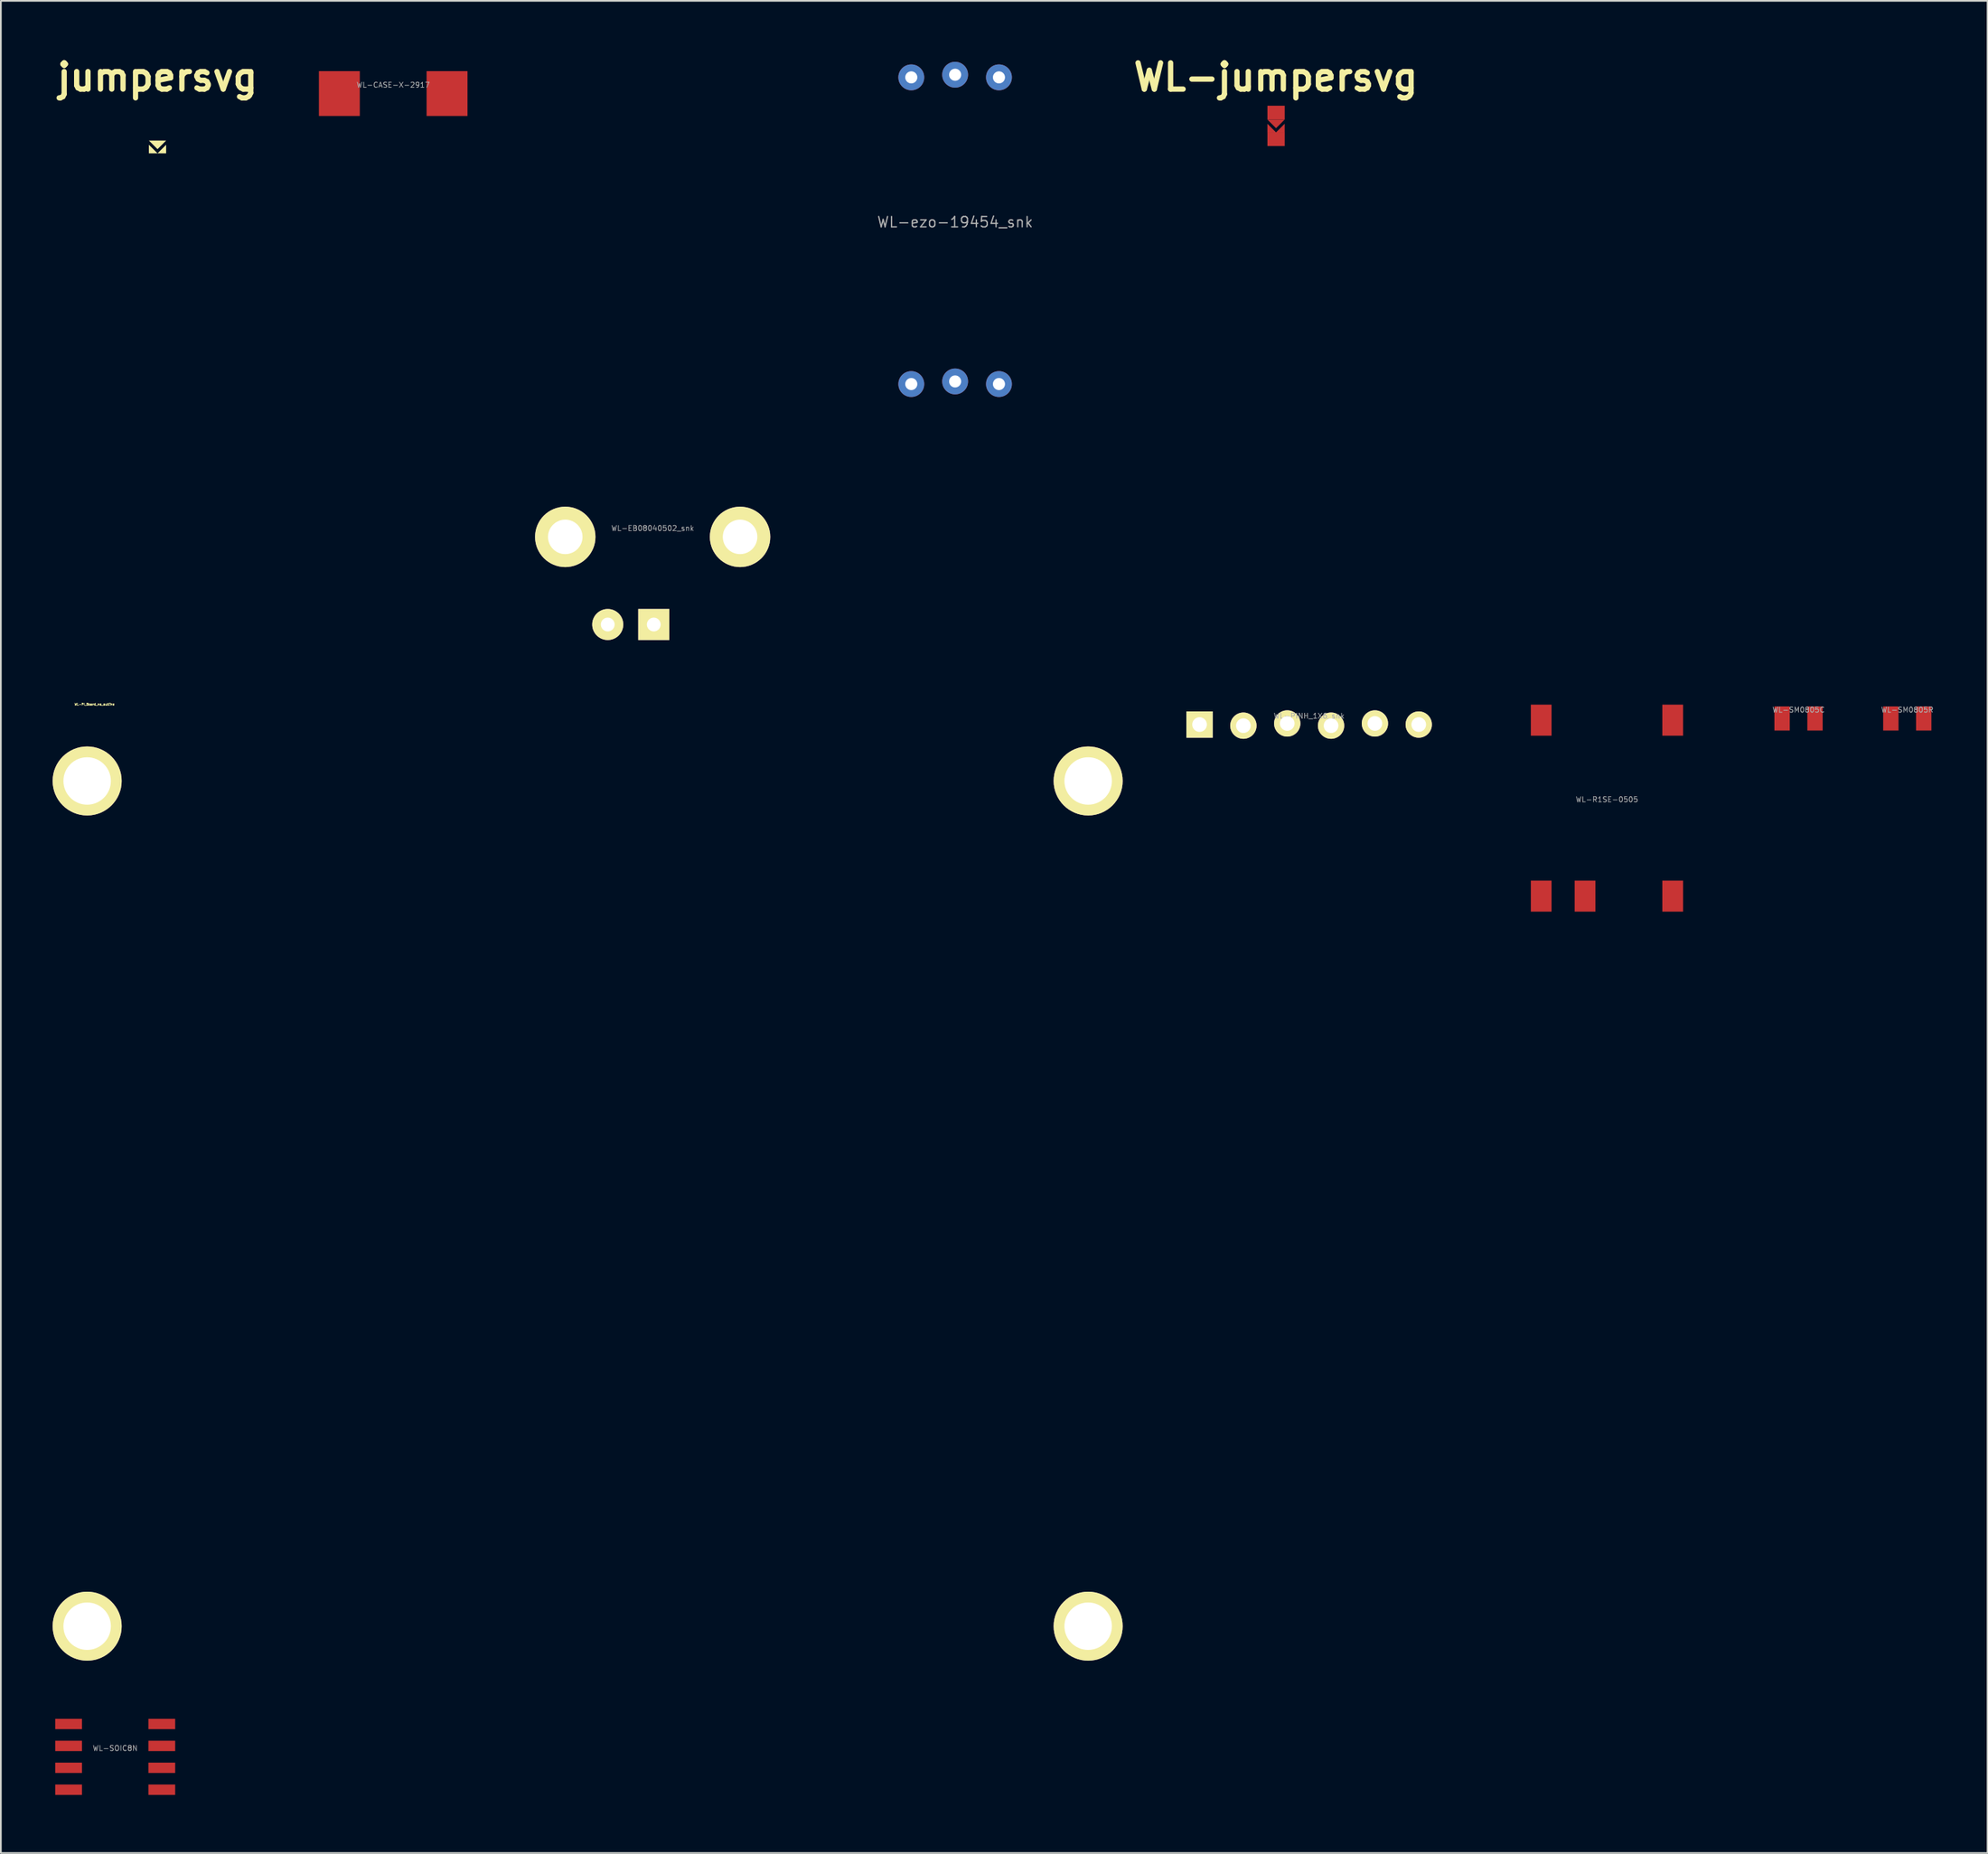
<source format=kicad_pcb>
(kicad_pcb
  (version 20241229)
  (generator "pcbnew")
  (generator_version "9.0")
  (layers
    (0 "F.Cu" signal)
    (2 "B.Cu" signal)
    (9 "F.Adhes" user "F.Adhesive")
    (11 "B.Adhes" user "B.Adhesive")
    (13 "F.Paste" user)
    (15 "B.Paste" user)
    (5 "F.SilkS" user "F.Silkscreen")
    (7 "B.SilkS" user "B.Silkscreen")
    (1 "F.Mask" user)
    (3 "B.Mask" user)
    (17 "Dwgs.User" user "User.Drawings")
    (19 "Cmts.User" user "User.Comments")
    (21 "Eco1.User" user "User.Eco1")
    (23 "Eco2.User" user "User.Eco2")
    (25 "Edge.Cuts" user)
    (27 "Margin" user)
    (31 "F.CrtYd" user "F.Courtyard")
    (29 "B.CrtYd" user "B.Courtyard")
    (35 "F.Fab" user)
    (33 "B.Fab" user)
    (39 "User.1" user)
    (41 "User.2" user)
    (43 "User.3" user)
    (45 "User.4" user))
  (footprint "WL-EB08040502_snk"
    (layer "F.Cu")
    (at 34.767 28.075)
    (property "Reference" "WL-EB08040502_snk" (at 0 -0.5 0) (layer "F.Fab") (effects (font (size 0.3 0.3) (thickness 0.04))))
    (attr through_hole)
    (fp_line (start -7.375 6.5) (end -7.375 -7) (stroke (width 0.15) (type solid)) (layer "Eco2.User"))
    (fp_line (start -6.5 -28) (end 6.5 -28) (stroke (width 0.15) (type solid)) (layer "Eco2.User"))
    (fp_line (start -6.5 -7) (end -6.5 -28) (stroke (width 0.15) (type solid)) (layer "Eco2.User"))
    (fp_line (start 6.5 -28) (end 6.5 -7) (stroke (width 0.15) (type solid)) (layer "Eco2.User"))
    (fp_line (start 7.375 -7) (end -7.375 -7) (stroke (width 0.15) (type solid)) (layer "Eco2.User"))
    (fp_line (start 7.375 -7) (end 7.375 6.5) (stroke (width 0.15) (type solid)) (layer "Eco2.User"))
    (fp_line (start 7.375 6.5) (end -7.375 6.5) (stroke (width 0.15) (type solid)) (layer "Eco2.User"))
    (pad "" thru_hole circle (at -5.064 0) (size 3.5 3.5) (drill 2) (layers "*.Cu" "*.Mask" "F.SilkS"))
    (pad "" thru_hole circle (at 5.064 0) (size 3.5 3.5) (drill 2) (layers "*.Cu" "*.Mask" "F.SilkS"))
    (pad "1" thru_hole rect (at 0.064 5.08) (size 1.8 1.8) (drill 0.8) (layers "*.Cu" "*.Mask" "F.SilkS"))
    (pad "2" thru_hole circle (at -2.603 5.08) (size 1.8 1.8) (drill 0.8) (layers "*.Cu" "*.Mask" "F.SilkS")))
  (footprint "WL-jumpersvg"
    (layer "F.Cu")
    (at 70.883 4.509)
    (property "Reference" "WL-jumpersvg" (at -0.01 -3.082 0) (layer "F.SilkS") (effects (font (size 1.524 1.524) (thickness 0.305))))
    (attr smd)
    (fp_poly (pts (xy 0.003 0.115) (xy -0.497 0.116) (xy -0.497 -0.384) (xy 0.003 0.115)) (stroke (width 0) (type solid)) (fill yes) (layer "F.Cu"))
    (fp_poly (pts (xy 0.003 0.115) (xy 0.503 0.116) (xy 0.503 -0.384) (xy 0.003 0.115)) (stroke (width 0) (type solid)) (fill yes) (layer "F.Cu"))
    (fp_poly (pts (xy 0.003 -0.127) (xy -0.497 -0.627) (xy 0.503 -0.627) (xy 0.003 -0.127)) (stroke (width 0) (type solid)) (fill yes) (layer "F.Cu"))
    (pad "1" smd rect (at 0.005 -1.029) (size 1 0.8) (layers "F.Cu" "F.Mask" "F.Paste"))
    (pad "2" smd rect (at 0.005 0.508) (size 1 0.8) (layers "F.Cu" "F.Mask" "F.Paste")))
  (footprint "WL-R1SE-0505"
    (layer "F.Cu")
    (at 90.06 43.8)
    (property "Reference" "WL-R1SE-0505" (at 0 -0.5 0) (layer "F.Fab") (effects (font (size 0.3 0.3) (thickness 0.04))))
    (attr smd)
    (fp_line (start -6.375 -6.075) (end 6.375 -6.075) (stroke (width 0.15) (type solid)) (layer "Eco1.User"))
    (fp_line (start -6.375 6.075) (end -6.375 -6.075) (stroke (width 0.15) (type solid)) (layer "Eco1.User"))
    (fp_line (start -5.2 3.6) (end -5.2 6.075) (stroke (width 0.15) (type solid)) (layer "Eco1.User"))
    (fp_line (start -2.6 3.6) (end -5.2 3.6) (stroke (width 0.15) (type solid)) (layer "Eco1.User"))
    (fp_line (start -2.6 6.075) (end -2.6 3.6) (stroke (width 0.15) (type solid)) (layer "Eco1.User"))
    (fp_line (start 6.375 -6.075) (end 6.375 6.075) (stroke (width 0.15) (type solid)) (layer "Eco1.User"))
    (fp_line (start 6.375 6.075) (end -6.375 6.075) (stroke (width 0.15) (type solid)) (layer "Eco1.User"))
    (pad "1" smd rect (at -3.81 5.1) (size 1.2 1.8) (layers "F.Cu" "F.Mask" "F.Paste"))
    (pad "2" smd rect (at -1.27 5.1) (size 1.2 1.8) (layers "F.Cu" "F.Mask" "F.Paste"))
    (pad "4" smd rect (at 3.81 5.1) (size 1.2 1.8) (layers "F.Cu" "F.Mask" "F.Paste"))
    (pad "5" smd rect (at 3.81 -5.1) (size 1.2 1.8) (layers "F.Cu" "F.Mask" "F.Paste"))
    (pad "8" smd rect (at -3.81 -5.1) (size 1.2 1.8) (layers "F.Cu" "F.Mask" "F.Paste")))
  (footprint "WL-SOIC8N"
    (layer "F.Cu")
    (at 3.625 98.8)
    (property "Reference" "WL-SOIC8N" (at 0 -0.5 0) (layer "F.Fab") (effects (font (size 0.3 0.3) (thickness 0.04))))
    (attr smd)
    (fp_line (start -3.55 -2.5) (end 3.55 -2.5) (stroke (width 0.15) (type solid)) (layer "Eco1.User"))
    (fp_line (start -3.55 -1.25) (end -1.5 -1.25) (stroke (width 0.15) (type solid)) (layer "Eco1.User"))
    (fp_line (start -3.55 2.5) (end -3.55 -2.5) (stroke (width 0.15) (type solid)) (layer "Eco1.User"))
    (fp_line (start -1.5 -1.25) (end -1.5 -2.5) (stroke (width 0.15) (type solid)) (layer "Eco1.User"))
    (fp_line (start 3.55 -2.5) (end 3.55 2.5) (stroke (width 0.15) (type solid)) (layer "Eco1.User"))
    (fp_line (start 3.55 2.5) (end -3.55 2.5) (stroke (width 0.15) (type solid)) (layer "Eco1.User"))
    (pad "1" smd rect (at -2.7 -1.905) (size 1.55 0.6) (layers "F.Cu" "F.Mask" "F.Paste"))
    (pad "2" smd rect (at -2.7 -0.635) (size 1.55 0.6) (layers "F.Cu" "F.Mask" "F.Paste"))
    (pad "3" smd rect (at -2.7 0.635) (size 1.55 0.6) (layers "F.Cu" "F.Mask" "F.Paste"))
    (pad "4" smd rect (at -2.7 1.905) (size 1.55 0.6) (layers "F.Cu" "F.Mask" "F.Paste"))
    (pad "5" smd rect (at 2.7 1.905) (size 1.55 0.6) (layers "F.Cu" "F.Mask" "F.Paste"))
    (pad "6" smd rect (at 2.7 0.635) (size 1.55 0.6) (layers "F.Cu" "F.Mask" "F.Paste"))
    (pad "7" smd rect (at 2.7 -0.635) (size 1.55 0.6) (layers "F.Cu" "F.Mask" "F.Paste"))
    (pad "8" smd rect (at 2.7 -1.905) (size 1.55 0.6) (layers "F.Cu" "F.Mask" "F.Paste")))
  (footprint "WL-SM0805R"
    (layer "F.Cu")
    (at 107.463 38.602)
    (property "Reference" "WL-SM0805R" (at 0 -0.5 0) (layer "F.Fab") (effects (font (size 0.3 0.3) (thickness 0.04))))
    (attr smd)
    (fp_line (start -1.587 -0.889) (end 1.587 -0.889) (stroke (width 0.127) (type solid)) (layer "Eco1.User"))
    (fp_line (start -1.587 0.889) (end -1.587 -0.889) (stroke (width 0.127) (type solid)) (layer "Eco1.User"))
    (fp_line (start 1.587 -0.889) (end 1.587 0.889) (stroke (width 0.127) (type solid)) (layer "Eco1.User"))
    (fp_line (start 1.587 0.889) (end -1.587 0.889) (stroke (width 0.127) (type solid)) (layer "Eco1.User"))
    (pad "1" smd rect (at -0.953 0) (size 0.889 1.397) (layers "F.Cu" "F.Mask" "F.Paste"))
    (pad "2" smd rect (at 0.953 0) (size 0.889 1.397) (layers "F.Cu" "F.Mask" "F.Paste")))
  (footprint "jumpersvg"
    (layer "F.Cu")
    (at 6.074 5.725)
    (property "Reference" "jumpersvg" (at 0 -4.299 0) (layer "F.SilkS") (effects (font (size 1.524 1.524) (thickness 0.305))))
    (attr smd)
    (fp_poly (pts (xy 0.003 0.115) (xy -0.497 0.116) (xy -0.497 -0.384) (xy 0.003 0.115)) (stroke (width 0) (type solid)) (fill yes) (layer "F.SilkS"))
    (fp_poly (pts (xy 0.003 0.115) (xy 0.503 0.116) (xy 0.503 -0.384) (xy 0.003 0.115)) (stroke (width 0) (type solid)) (fill yes) (layer "F.SilkS"))
    (fp_poly (pts (xy 0.003 -0.127) (xy -0.497 -0.627) (xy 0.503 -0.627) (xy 0.003 -0.127)) (stroke (width 0) (type solid)) (fill yes) (layer "F.SilkS")))
  (footprint "WL-SM0805C"
    (layer "F.Cu")
    (at 101.161 38.602)
    (property "Reference" "WL-SM0805C" (at 0 -0.5 0) (layer "F.Fab") (effects (font (size 0.3 0.3) (thickness 0.04))))
    (attr smd)
    (fp_line (start -1.587 -0.889) (end 1.587 -0.889) (stroke (width 0.127) (type solid)) (layer "Eco1.User"))
    (fp_line (start -1.587 0.889) (end -1.587 -0.889) (stroke (width 0.127) (type solid)) (layer "Eco1.User"))
    (fp_line (start 1.587 -0.889) (end 1.587 0.889) (stroke (width 0.127) (type solid)) (layer "Eco1.User"))
    (fp_line (start 1.587 0.889) (end -1.587 0.889) (stroke (width 0.127) (type solid)) (layer "Eco1.User"))
    (pad "1" smd rect (at -0.953 0) (size 0.889 1.397) (layers "F.Cu" "F.Mask" "F.Paste"))
    (pad "2" smd rect (at 0.953 0) (size 0.889 1.397) (layers "F.Cu" "F.Mask" "F.Paste")))
  (footprint "WL-ezo-19454_snk"
    (layer "F.Cu")
    (at 52.292 10.325)
    (property "Reference" "WL-ezo-19454_snk" (at 0 -0.5 0) (layer "F.Fab") (effects (font (size 0.6 0.6) (thickness 0.075))))
    (attr through_hole)
    (fp_line (start -7 -10.25) (end 7 -10.25) (stroke (width 0.15) (type solid)) (layer "Eco2.User"))
    (fp_line (start -7 10.25) (end -7 -10.25) (stroke (width 0.15) (type solid)) (layer "Eco2.User"))
    (fp_line (start -3.81 -10.16) (end -3.81 -7.62) (stroke (width 0.15) (type solid)) (layer "Eco2.User"))
    (fp_line (start -3.81 -10.16) (end 3.81 -10.16) (stroke (width 0.15) (type solid)) (layer "Eco2.User"))
    (fp_line (start -3.81 -7.62) (end 3.81 -7.62) (stroke (width 0.15) (type solid)) (layer "Eco2.User"))
    (fp_line (start -3.81 7.62) (end -3.81 10.16) (stroke (width 0.15) (type solid)) (layer "Eco2.User"))
    (fp_line (start -3.81 7.62) (end 3.81 7.62) (stroke (width 0.15) (type solid)) (layer "Eco2.User"))
    (fp_line (start -3.81 10.16) (end 3.81 10.16) (stroke (width 0.15) (type solid)) (layer "Eco2.User"))
    (fp_line (start 3.81 -10.16) (end 3.81 -7.62) (stroke (width 0.15) (type solid)) (layer "Eco2.User"))
    (fp_line (start 3.81 7.62) (end 3.81 10.16) (stroke (width 0.15) (type solid)) (layer "Eco2.User"))
    (fp_line (start 7 -10.25) (end 7 10.25) (stroke (width 0.15) (type solid)) (layer "Eco2.User"))
    (fp_line (start 7 10.25) (end -7 10.25) (stroke (width 0.15) (type solid)) (layer "Eco2.User"))
    (pad "1" thru_hole circle (at -2.54 -8.89) (size 1.5 1.5) (drill 0.7) (layers "*.Cu" "*.Mask"))
    (pad "2" thru_hole circle (at 0 -9.042) (size 1.5 1.5) (drill 0.7) (layers "*.Cu" "*.Mask"))
    (pad "3" thru_hole circle (at 2.54 -8.89) (size 1.5 1.5) (drill 0.7) (layers "*.Cu" "*.Mask"))
    (pad "4" thru_hole circle (at -2.54 8.89) (size 1.5 1.5) (drill 0.7) (layers "*.Cu" "*.Mask"))
    (pad "5" thru_hole circle (at 0 8.738) (size 1.5 1.5) (drill 0.7) (layers "*.Cu" "*.Mask"))
    (pad "6" thru_hole circle (at 2.54 8.89) (size 1.5 1.5) (drill 0.7) (layers "*.Cu" "*.Mask")))
  (footprint "WL-PI_Board_no_outline"
    (layer "F.Cu")
    (at 31 42.225)
    (property "Reference" "WL-PI_Board_no_outline" (at -28.575 -4.445 0) (layer "F.SilkS") (effects (font (size 0.127 0.127) (thickness 0.032))))
    (attr through_hole)
    (pad "" thru_hole circle (at -29 0) (size 4 4) (drill 2.75) (layers "*.Cu" "*.Mask" "F.SilkS"))
    (pad "" thru_hole circle (at -29 49) (size 4 4) (drill 2.75) (layers "*.Cu" "*.Mask" "F.SilkS"))
    (pad "" thru_hole circle (at 29 0) (size 4 4) (drill 2.75) (layers "*.Cu" "*.Mask" "F.SilkS"))
    (pad "" thru_hole circle (at 29 49) (size 4 4) (drill 2.75) (layers "*.Cu" "*.Mask" "F.SilkS")))
  (footprint "WL-PINH_1X6_snk"
    (layer "F.Cu")
    (at 72.805 38.955)
    (property "Reference" "WL-PINH_1X6_snk" (at 0 -0.5 0) (layer "F.Fab") (effects (font (size 0.3 0.3) (thickness 0.04))))
    (attr smd)
    (fp_line (start -7.73 -1.23) (end 7.73 -1.23) (stroke (width 0.15) (type solid)) (layer "Eco2.User"))
    (fp_line (start -7.73 1.23) (end -7.73 -1.23) (stroke (width 0.15) (type solid)) (layer "Eco2.User"))
    (fp_line (start 7.73 -1.23) (end 7.73 1.23) (stroke (width 0.15) (type solid)) (layer "Eco2.User"))
    (fp_line (start 7.73 1.23) (end -7.73 1.23) (stroke (width 0.15) (type solid)) (layer "Eco2.User"))
    (pad "1" thru_hole rect (at -6.35 0) (size 1.524 1.524) (drill 0.85) (layers "*.Cu" "*.Mask" "F.SilkS"))
    (pad "2" thru_hole circle (at -3.81 0.064) (size 1.524 1.524) (drill 0.85) (layers "*.Cu" "*.Mask" "F.SilkS"))
    (pad "3" thru_hole circle (at -1.27 -0.064) (size 1.524 1.524) (drill 0.85) (layers "*.Cu" "*.Mask" "F.SilkS"))
    (pad "4" thru_hole circle (at 1.27 0.064) (size 1.524 1.524) (drill 0.85) (layers "*.Cu" "*.Mask" "F.SilkS"))
    (pad "5" thru_hole circle (at 3.81 -0.064) (size 1.524 1.524) (drill 0.85) (layers "*.Cu" "*.Mask" "F.SilkS"))
    (pad "6" thru_hole circle (at 6.35 0) (size 1.524 1.524) (drill 0.85) (layers "*.Cu" "*.Mask" "F.SilkS")))
  (footprint "WL-CASE-X-2917"
    (layer "F.Cu")
    (at 19.733 2.375)
    (property "Reference" "WL-CASE-X-2917" (at 0 -0.5 0) (layer "F.Fab") (effects (font (size 0.3 0.3) (thickness 0.04))))
    (attr smd)
    (fp_line (start -4.51 -2.3) (end -4.51 2.3) (stroke (width 0.15) (type solid)) (layer "Eco1.User"))
    (fp_line (start -4.51 2.3) (end 4.51 2.3) (stroke (width 0.15) (type solid)) (layer "Eco1.User"))
    (fp_line (start -3.4 -2.3) (end -3.4 2.3) (stroke (width 0.15) (type solid)) (layer "Eco1.User"))
    (fp_line (start 4.51 -2.3) (end -4.51 -2.3) (stroke (width 0.15) (type solid)) (layer "Eco1.User"))
    (fp_line (start 4.51 2.3) (end 4.51 -2.3) (stroke (width 0.15) (type solid)) (layer "Eco1.User"))
    (pad "1" smd rect (at -3.12 0) (size 2.37 2.6) (layers "F.Cu" "F.Mask" "F.Paste"))
    (pad "2" smd rect (at 3.12 0) (size 2.37 2.6) (layers "F.Cu" "F.Mask" "F.Paste")))
  (gr_rect
    (start -3 -3)
    (end 112.114 104.375)
    (stroke (width 0.1) (type default))
    (fill no)
    (layer "Edge.Cuts")))
</source>
